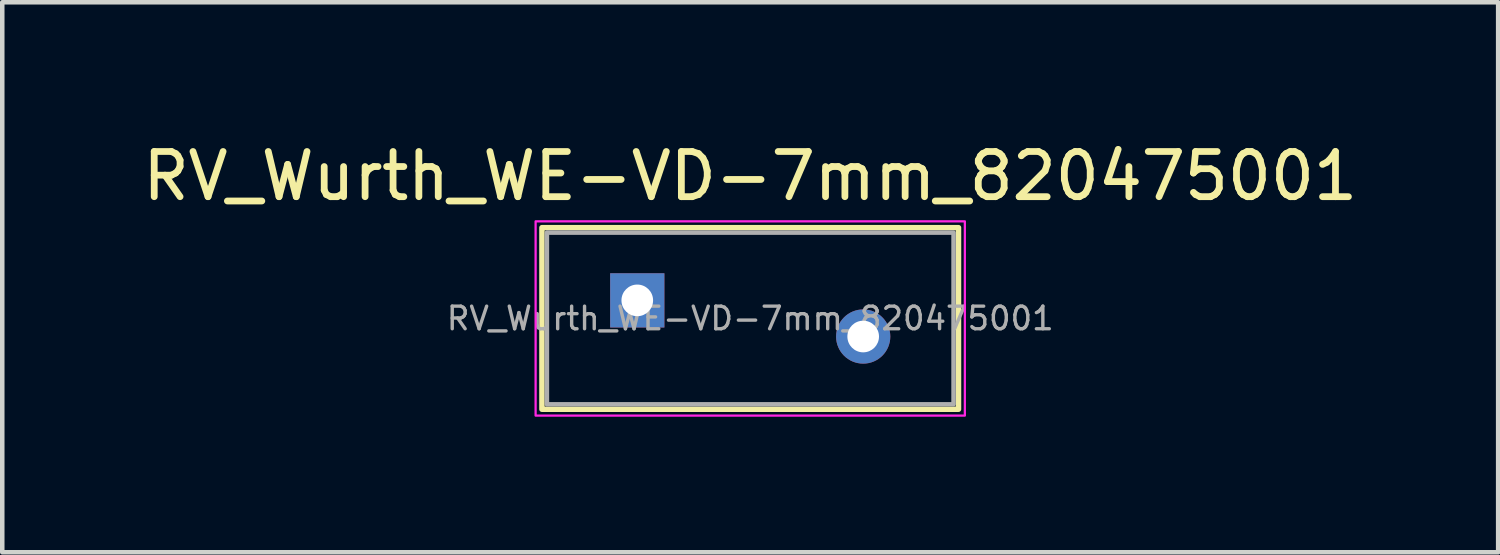
<source format=kicad_pcb>
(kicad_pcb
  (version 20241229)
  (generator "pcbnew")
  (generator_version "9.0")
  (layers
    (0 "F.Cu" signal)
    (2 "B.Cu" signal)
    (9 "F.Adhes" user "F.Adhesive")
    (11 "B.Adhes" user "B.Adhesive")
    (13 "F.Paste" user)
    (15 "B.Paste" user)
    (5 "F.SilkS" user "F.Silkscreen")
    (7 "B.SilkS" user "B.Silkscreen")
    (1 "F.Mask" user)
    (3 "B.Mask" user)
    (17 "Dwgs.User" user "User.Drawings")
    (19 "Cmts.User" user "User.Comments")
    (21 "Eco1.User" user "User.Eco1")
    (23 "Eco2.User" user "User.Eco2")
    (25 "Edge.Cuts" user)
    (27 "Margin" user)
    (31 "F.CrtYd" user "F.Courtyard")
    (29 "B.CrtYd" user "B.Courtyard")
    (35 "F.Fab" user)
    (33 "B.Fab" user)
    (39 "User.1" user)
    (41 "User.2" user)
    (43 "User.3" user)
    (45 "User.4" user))
  (footprint "RV_Wurth_WE-VD-7mm_820475001"
    (layer "F.Cu")
    (at 11.054 3.598)
    (property "Reference" "RV_Wurth_WE-VD-7mm_820475001" (at 2.5 -2.75 0) (unlocked yes) (layer "F.SilkS") (effects (font (size 1 1) (thickness 0.15))))
    (attr through_hole)
    (fp_rect (start -2.11 -1.61) (end 7.11 2.41) (stroke (width 0.12) (type solid)) (fill no) (layer "F.SilkS"))
    (fp_rect (start -2.25 -1.75) (end 7.25 2.55) (stroke (width 0.05) (type solid)) (fill no) (layer "F.CrtYd"))
    (fp_rect (start -2 -1.5) (end 7 2.3) (stroke (width 0.1) (type solid)) (fill no) (layer "F.Fab"))
    (fp_text user "${REFERENCE}" (at 2.5 0.4 0) (unlocked yes) (layer "F.Fab") (effects (font (size 0.5 0.5) (thickness 0.075))))
    (pad "1" thru_hole rect (at 0 0) (size 1.2 1.2) (drill 0.7) (layers "*.Cu" "*.Mask"))
    (pad "2" thru_hole circle (at 5 0.8) (size 1.2 1.2) (drill 0.7) (layers "*.Cu" "*.Mask")))
  (gr_rect
    (start -3 -3)
    (end 30.107 9.173)
    (stroke (width 0.1) (type default))
    (fill no)
    (layer "Edge.Cuts")))
</source>
